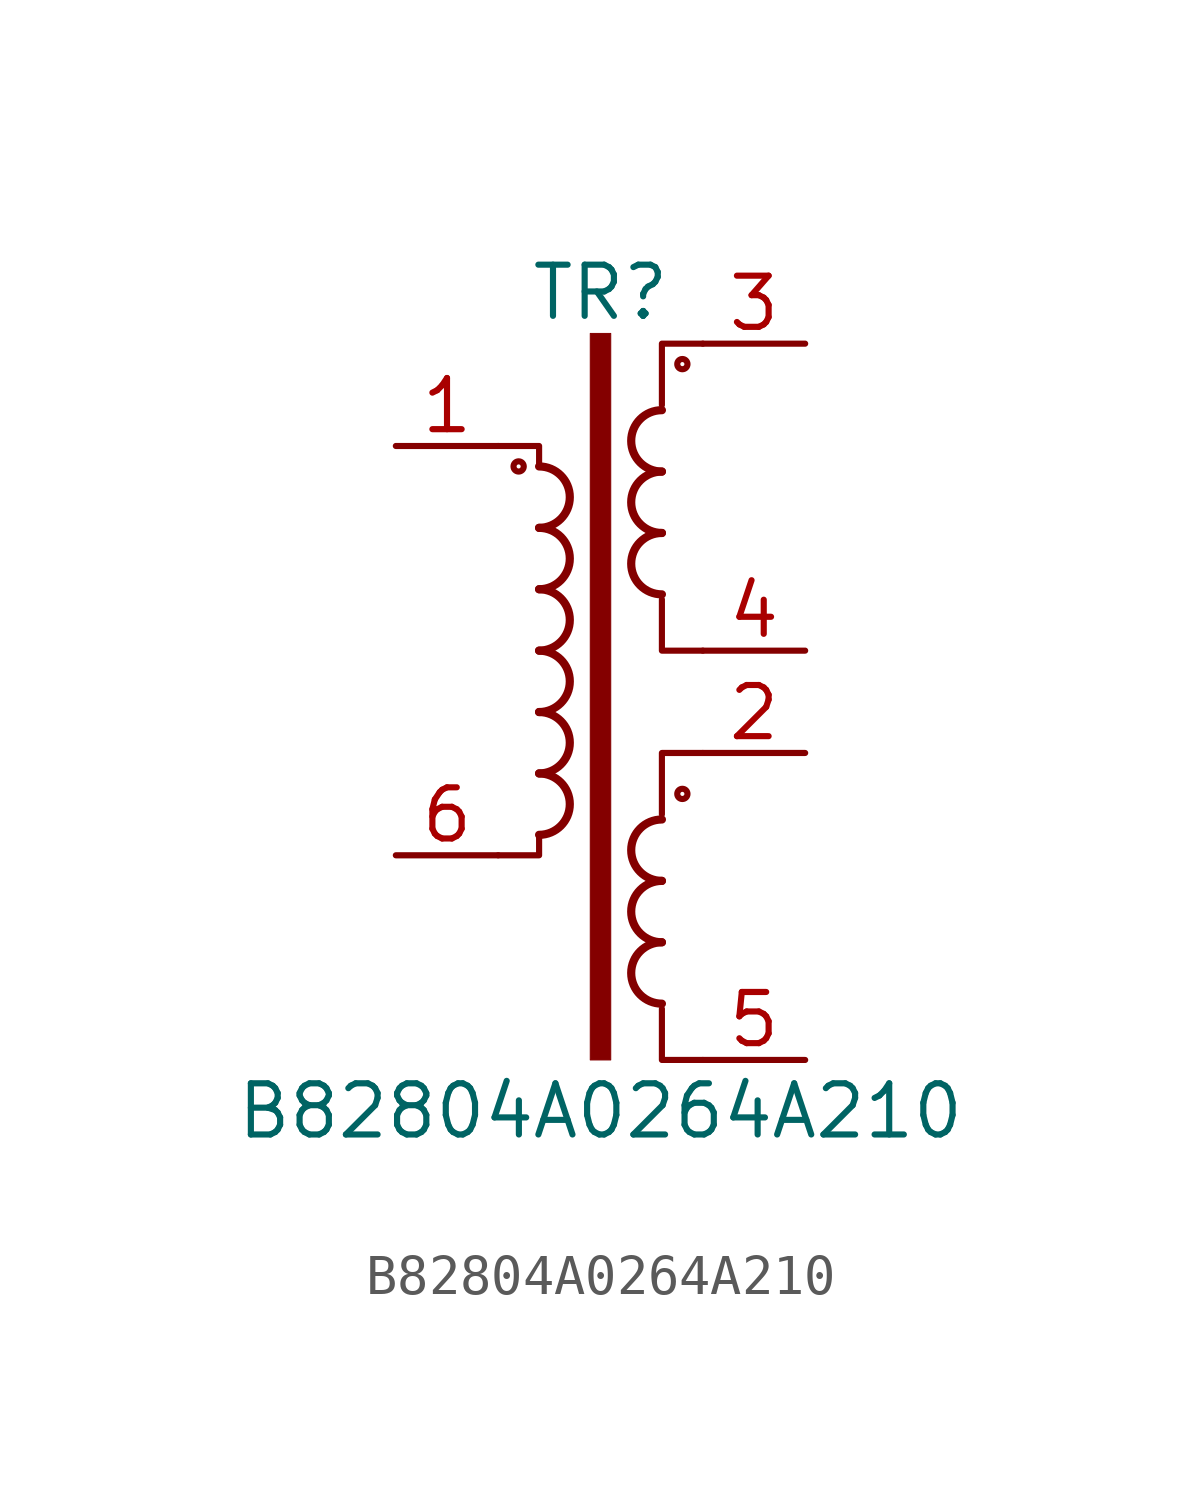
<source format=kicad_sym>
(kicad_symbol_lib
  (version 20241209)
  (generator "kicad_symbol_editor")
  (generator_version "9.0")
  (symbol "B82804A0264A210"
    (pin_names
      (offset 0.025))
    (property "Reference" "TR"
      (at 0 8.89 0)
      (effects (font (size 1.27 1.27))))
    (property "Value" "B82804A0264A210"
      (at 0 -11.43 0)
      (effects (font (size 1.27 1.27))))
    (symbol "B82804A0264A210_0_1"
      (circle (center -2.032 4.572) (radius 0.127) (stroke (width 0) (type default)) (fill (type none)))
      (arc (start -1.524 4.572) (mid -0.7653 3.81) (end -1.524 3.048) (stroke (width 0.2032) (type default)) (fill (type none)))
      (arc (start -1.524 3.048) (mid -0.7653 2.286) (end -1.524 1.524) (stroke (width 0.2032) (type default)) (fill (type none)))
      (arc (start -1.524 1.524) (mid -0.7653 0.762) (end -1.524 0) (stroke (width 0.2032) (type default)) (fill (type none)))
      (arc (start -1.524 0) (mid -0.7653 -0.762) (end -1.524 -1.524) (stroke (width 0.2032) (type default)) (fill (type none)))
      (arc (start -1.524 -1.524) (mid -0.7653 -2.286) (end -1.524 -3.048) (stroke (width 0.2032) (type default)) (fill (type none)))
      (arc (start -1.524 -3.048) (mid -0.7653 -3.81) (end -1.524 -4.572) (stroke (width 0.2032) (type default)) (fill (type none)))
      (polyline (pts (xy -1.524 4.572) (xy -1.524 5.08) (xy -2.54 5.08)) (stroke (width 0) (type default)) (fill (type none)))
      (polyline (pts (xy -1.524 -4.572) (xy -1.524 -5.08) (xy -2.54 -5.08)) (stroke (width 0) (type default)) (fill (type none)))
      (rectangle (start -0.254 7.874) (end 0.254 -10.16) (stroke (width 0.025) (type default)) (fill (type outline)))
      (polyline (pts (xy 1.524 -8.89) (xy 1.524 -10.16) (xy 2.54 -10.16)) (stroke (width 0) (type default)) (fill (type none)))
      (arc (start 1.524 4.445) (mid 0.7653 5.207) (end 1.524 5.969) (stroke (width 0.2032) (type default)) (fill (type none)))
      (arc (start 1.524 2.921) (mid 0.7653 3.683) (end 1.524 4.445) (stroke (width 0.2032) (type default)) (fill (type none)))
      (arc (start 1.524 1.397) (mid 0.7653 2.159) (end 1.524 2.921) (stroke (width 0.2032) (type default)) (fill (type none)))
      (arc (start 1.524 -5.715) (mid 0.7653 -4.953) (end 1.524 -4.191) (stroke (width 0.2032) (type default)) (fill (type none)))
      (arc (start 1.524 -7.239) (mid 0.7653 -6.477) (end 1.524 -5.715) (stroke (width 0.2032) (type default)) (fill (type none)))
      (arc (start 1.524 -8.763) (mid 0.7653 -8.001) (end 1.524 -7.239) (stroke (width 0.2032) (type default)) (fill (type none)))
      (circle (center 2.032 7.112) (radius 0.127) (stroke (width 0) (type default)) (fill (type none)))
      (circle (center 2.032 -3.556) (radius 0.127) (stroke (width 0) (type default)) (fill (type none)))
      (polyline (pts (xy 2.54 7.62) (xy 1.524 7.62) (xy 1.524 6.096)) (stroke (width 0) (type default)) (fill (type none)))
      (polyline (pts (xy 2.54 0) (xy 1.524 0) (xy 1.524 1.27)) (stroke (width 0) (type default)) (fill (type none)))
      (polyline (pts (xy 2.54 -2.54) (xy 1.524 -2.54) (xy 1.524 -4.064)) (stroke (width 0) (type default)) (fill (type none))))
    (symbol "B82804A0264A210_1_1"
      (pin passive line (at -5.08 5.08 0) (length 2.54) (name "~" (effects (font (size 1.27 1.27)))) (number "1" (effects (font (size 1.27 1.27)))))
      (pin passive line (at -5.08 -5.08 0) (length 2.54) (name "~" (effects (font (size 1.27 1.27)))) (number "6" (effects (font (size 1.27 1.27)))))
      (pin passive line (at 5.08 7.62 180) (length 2.54) (name "~" (effects (font (size 1.27 1.27)))) (number "3" (effects (font (size 1.27 1.27)))))
      (pin passive line (at 5.08 0 180) (length 2.54) (name "~" (effects (font (size 1.27 1.27)))) (number "4" (effects (font (size 1.27 1.27)))))
      (pin passive line (at 5.08 -2.54 180) (length 2.54) (name "~" (effects (font (size 1.27 1.27)))) (number "2" (effects (font (size 1.27 1.27)))))
      (pin passive line (at 5.08 -10.16 180) (length 2.54) (name "~" (effects (font (size 1.27 1.27)))) (number "5" (effects (font (size 1.27 1.27))))))))
</source>
